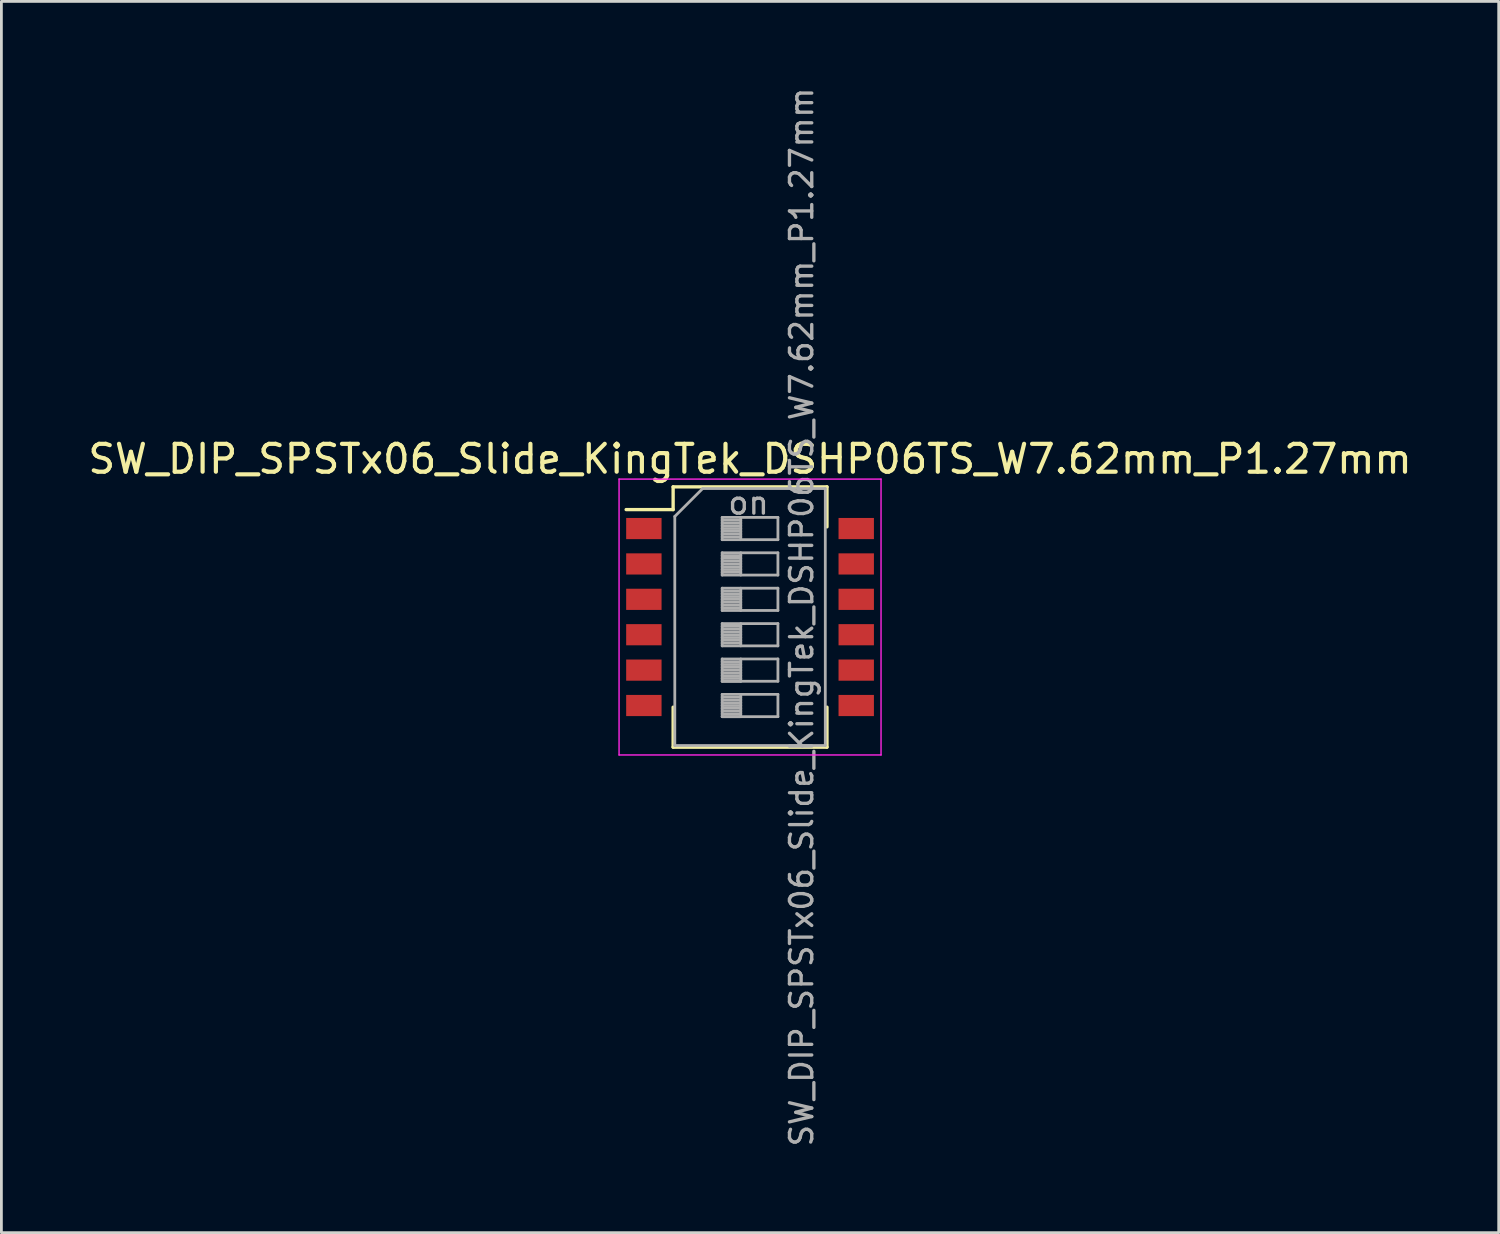
<source format=kicad_pcb>
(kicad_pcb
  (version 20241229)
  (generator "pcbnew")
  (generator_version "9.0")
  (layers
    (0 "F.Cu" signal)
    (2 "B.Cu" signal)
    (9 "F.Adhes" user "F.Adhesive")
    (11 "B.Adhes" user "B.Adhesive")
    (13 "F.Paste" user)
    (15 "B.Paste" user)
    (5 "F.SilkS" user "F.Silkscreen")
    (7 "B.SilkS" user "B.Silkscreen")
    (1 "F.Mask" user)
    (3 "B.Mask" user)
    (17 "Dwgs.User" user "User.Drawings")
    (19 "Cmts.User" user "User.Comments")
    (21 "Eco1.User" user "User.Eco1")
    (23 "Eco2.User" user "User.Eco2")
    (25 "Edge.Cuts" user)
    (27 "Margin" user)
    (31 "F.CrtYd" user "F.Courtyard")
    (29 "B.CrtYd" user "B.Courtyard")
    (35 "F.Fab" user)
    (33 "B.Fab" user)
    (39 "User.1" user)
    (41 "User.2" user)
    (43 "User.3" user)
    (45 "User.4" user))
  (footprint "SW_DIP_SPSTx06_Slide_KingTek_DSHP06TS_W7.62mm_P1.27mm"
    (layer "F.Cu")
    (at 23.863 19.09)
    (property "Reference" "SW_DIP_SPSTx06_Slide_KingTek_DSHP06TS_W7.62mm_P1.27mm" (at 0 -5.67 0) (layer "F.SilkS") (effects (font (size 1 1) (thickness 0.15))))
    (attr smd)
    (fp_line (start -4.446 -3.855) (end -2.76 -3.855) (stroke (width 0.12) (type solid)) (layer "F.SilkS"))
    (fp_line (start -2.76 -4.671) (end -2.76 -3.855) (stroke (width 0.12) (type solid)) (layer "F.SilkS"))
    (fp_line (start -2.76 -4.671) (end 2.76 -4.671) (stroke (width 0.12) (type solid)) (layer "F.SilkS"))
    (fp_line (start -2.76 3.235) (end -2.76 4.67) (stroke (width 0.12) (type solid)) (layer "F.SilkS"))
    (fp_line (start -2.76 4.67) (end 2.76 4.67) (stroke (width 0.12) (type solid)) (layer "F.SilkS"))
    (fp_line (start 2.76 -4.671) (end 2.76 -3.236) (stroke (width 0.12) (type solid)) (layer "F.SilkS"))
    (fp_line (start 2.76 3.235) (end 2.76 4.67) (stroke (width 0.12) (type solid)) (layer "F.SilkS"))
    (fp_line (start -4.7 -4.95) (end -4.7 4.95) (stroke (width 0.05) (type solid)) (layer "F.CrtYd"))
    (fp_line (start -4.7 4.95) (end 4.7 4.95) (stroke (width 0.05) (type solid)) (layer "F.CrtYd"))
    (fp_line (start 4.7 -4.95) (end -4.7 -4.95) (stroke (width 0.05) (type solid)) (layer "F.CrtYd"))
    (fp_line (start 4.7 4.95) (end 4.7 -4.95) (stroke (width 0.05) (type solid)) (layer "F.CrtYd"))
    (fp_line (start -2.7 -3.61) (end -1.7 -4.61) (stroke (width 0.1) (type solid)) (layer "F.Fab"))
    (fp_line (start -2.7 4.61) (end -2.7 -3.61) (stroke (width 0.1) (type solid)) (layer "F.Fab"))
    (fp_line (start -1.7 -4.61) (end 2.7 -4.61) (stroke (width 0.1) (type solid)) (layer "F.Fab"))
    (fp_line (start -1 -3.575) (end -1 -2.775) (stroke (width 0.1) (type solid)) (layer "F.Fab"))
    (fp_line (start -1 -3.475) (end -0.333 -3.475) (stroke (width 0.1) (type solid)) (layer "F.Fab"))
    (fp_line (start -1 -3.375) (end -0.333 -3.375) (stroke (width 0.1) (type solid)) (layer "F.Fab"))
    (fp_line (start -1 -3.275) (end -0.333 -3.275) (stroke (width 0.1) (type solid)) (layer "F.Fab"))
    (fp_line (start -1 -3.175) (end -0.333 -3.175) (stroke (width 0.1) (type solid)) (layer "F.Fab"))
    (fp_line (start -1 -3.075) (end -0.333 -3.075) (stroke (width 0.1) (type solid)) (layer "F.Fab"))
    (fp_line (start -1 -2.975) (end -0.333 -2.975) (stroke (width 0.1) (type solid)) (layer "F.Fab"))
    (fp_line (start -1 -2.875) (end -0.333 -2.875) (stroke (width 0.1) (type solid)) (layer "F.Fab"))
    (fp_line (start -1 -2.775) (end 1 -2.775) (stroke (width 0.1) (type solid)) (layer "F.Fab"))
    (fp_line (start -1 -2.305) (end -1 -1.505) (stroke (width 0.1) (type solid)) (layer "F.Fab"))
    (fp_line (start -1 -2.205) (end -0.333 -2.205) (stroke (width 0.1) (type solid)) (layer "F.Fab"))
    (fp_line (start -1 -2.105) (end -0.333 -2.105) (stroke (width 0.1) (type solid)) (layer "F.Fab"))
    (fp_line (start -1 -2.005) (end -0.333 -2.005) (stroke (width 0.1) (type solid)) (layer "F.Fab"))
    (fp_line (start -1 -1.905) (end -0.333 -1.905) (stroke (width 0.1) (type solid)) (layer "F.Fab"))
    (fp_line (start -1 -1.805) (end -0.333 -1.805) (stroke (width 0.1) (type solid)) (layer "F.Fab"))
    (fp_line (start -1 -1.705) (end -0.333 -1.705) (stroke (width 0.1) (type solid)) (layer "F.Fab"))
    (fp_line (start -1 -1.605) (end -0.333 -1.605) (stroke (width 0.1) (type solid)) (layer "F.Fab"))
    (fp_line (start -1 -1.505) (end 1 -1.505) (stroke (width 0.1) (type solid)) (layer "F.Fab"))
    (fp_line (start -1 -1.035) (end -1 -0.235) (stroke (width 0.1) (type solid)) (layer "F.Fab"))
    (fp_line (start -1 -0.935) (end -0.333 -0.935) (stroke (width 0.1) (type solid)) (layer "F.Fab"))
    (fp_line (start -1 -0.835) (end -0.333 -0.835) (stroke (width 0.1) (type solid)) (layer "F.Fab"))
    (fp_line (start -1 -0.735) (end -0.333 -0.735) (stroke (width 0.1) (type solid)) (layer "F.Fab"))
    (fp_line (start -1 -0.635) (end -0.333 -0.635) (stroke (width 0.1) (type solid)) (layer "F.Fab"))
    (fp_line (start -1 -0.535) (end -0.333 -0.535) (stroke (width 0.1) (type solid)) (layer "F.Fab"))
    (fp_line (start -1 -0.435) (end -0.333 -0.435) (stroke (width 0.1) (type solid)) (layer "F.Fab"))
    (fp_line (start -1 -0.335) (end -0.333 -0.335) (stroke (width 0.1) (type solid)) (layer "F.Fab"))
    (fp_line (start -1 -0.235) (end 1 -0.235) (stroke (width 0.1) (type solid)) (layer "F.Fab"))
    (fp_line (start -1 0.235) (end -1 1.035) (stroke (width 0.1) (type solid)) (layer "F.Fab"))
    (fp_line (start -1 0.335) (end -0.333 0.335) (stroke (width 0.1) (type solid)) (layer "F.Fab"))
    (fp_line (start -1 0.435) (end -0.333 0.435) (stroke (width 0.1) (type solid)) (layer "F.Fab"))
    (fp_line (start -1 0.535) (end -0.333 0.535) (stroke (width 0.1) (type solid)) (layer "F.Fab"))
    (fp_line (start -1 0.635) (end -0.333 0.635) (stroke (width 0.1) (type solid)) (layer "F.Fab"))
    (fp_line (start -1 0.735) (end -0.333 0.735) (stroke (width 0.1) (type solid)) (layer "F.Fab"))
    (fp_line (start -1 0.835) (end -0.333 0.835) (stroke (width 0.1) (type solid)) (layer "F.Fab"))
    (fp_line (start -1 0.935) (end -0.333 0.935) (stroke (width 0.1) (type solid)) (layer "F.Fab"))
    (fp_line (start -1 1.035) (end 1 1.035) (stroke (width 0.1) (type solid)) (layer "F.Fab"))
    (fp_line (start -1 1.505) (end -1 2.305) (stroke (width 0.1) (type solid)) (layer "F.Fab"))
    (fp_line (start -1 1.605) (end -0.333 1.605) (stroke (width 0.1) (type solid)) (layer "F.Fab"))
    (fp_line (start -1 1.705) (end -0.333 1.705) (stroke (width 0.1) (type solid)) (layer "F.Fab"))
    (fp_line (start -1 1.805) (end -0.333 1.805) (stroke (width 0.1) (type solid)) (layer "F.Fab"))
    (fp_line (start -1 1.905) (end -0.333 1.905) (stroke (width 0.1) (type solid)) (layer "F.Fab"))
    (fp_line (start -1 2.005) (end -0.333 2.005) (stroke (width 0.1) (type solid)) (layer "F.Fab"))
    (fp_line (start -1 2.105) (end -0.333 2.105) (stroke (width 0.1) (type solid)) (layer "F.Fab"))
    (fp_line (start -1 2.205) (end -0.333 2.205) (stroke (width 0.1) (type solid)) (layer "F.Fab"))
    (fp_line (start -1 2.305) (end -0.333 2.305) (stroke (width 0.1) (type solid)) (layer "F.Fab"))
    (fp_line (start -1 2.305) (end 1 2.305) (stroke (width 0.1) (type solid)) (layer "F.Fab"))
    (fp_line (start -1 2.775) (end -1 3.575) (stroke (width 0.1) (type solid)) (layer "F.Fab"))
    (fp_line (start -1 2.875) (end -0.333 2.875) (stroke (width 0.1) (type solid)) (layer "F.Fab"))
    (fp_line (start -1 2.975) (end -0.333 2.975) (stroke (width 0.1) (type solid)) (layer "F.Fab"))
    (fp_line (start -1 3.075) (end -0.333 3.075) (stroke (width 0.1) (type solid)) (layer "F.Fab"))
    (fp_line (start -1 3.175) (end -0.333 3.175) (stroke (width 0.1) (type solid)) (layer "F.Fab"))
    (fp_line (start -1 3.275) (end -0.333 3.275) (stroke (width 0.1) (type solid)) (layer "F.Fab"))
    (fp_line (start -1 3.375) (end -0.333 3.375) (stroke (width 0.1) (type solid)) (layer "F.Fab"))
    (fp_line (start -1 3.475) (end -0.333 3.475) (stroke (width 0.1) (type solid)) (layer "F.Fab"))
    (fp_line (start -1 3.575) (end -0.333 3.575) (stroke (width 0.1) (type solid)) (layer "F.Fab"))
    (fp_line (start -1 3.575) (end 1 3.575) (stroke (width 0.1) (type solid)) (layer "F.Fab"))
    (fp_line (start -0.333 -3.575) (end -0.333 -2.775) (stroke (width 0.1) (type solid)) (layer "F.Fab"))
    (fp_line (start -0.333 -2.305) (end -0.333 -1.505) (stroke (width 0.1) (type solid)) (layer "F.Fab"))
    (fp_line (start -0.333 -1.035) (end -0.333 -0.235) (stroke (width 0.1) (type solid)) (layer "F.Fab"))
    (fp_line (start -0.333 0.235) (end -0.333 1.035) (stroke (width 0.1) (type solid)) (layer "F.Fab"))
    (fp_line (start -0.333 1.505) (end -0.333 2.305) (stroke (width 0.1) (type solid)) (layer "F.Fab"))
    (fp_line (start -0.333 2.775) (end -0.333 3.575) (stroke (width 0.1) (type solid)) (layer "F.Fab"))
    (fp_line (start 1 -3.575) (end -1 -3.575) (stroke (width 0.1) (type solid)) (layer "F.Fab"))
    (fp_line (start 1 -2.775) (end 1 -3.575) (stroke (width 0.1) (type solid)) (layer "F.Fab"))
    (fp_line (start 1 -2.305) (end -1 -2.305) (stroke (width 0.1) (type solid)) (layer "F.Fab"))
    (fp_line (start 1 -1.505) (end 1 -2.305) (stroke (width 0.1) (type solid)) (layer "F.Fab"))
    (fp_line (start 1 -1.035) (end -1 -1.035) (stroke (width 0.1) (type solid)) (layer "F.Fab"))
    (fp_line (start 1 -0.235) (end 1 -1.035) (stroke (width 0.1) (type solid)) (layer "F.Fab"))
    (fp_line (start 1 0.235) (end -1 0.235) (stroke (width 0.1) (type solid)) (layer "F.Fab"))
    (fp_line (start 1 1.035) (end 1 0.235) (stroke (width 0.1) (type solid)) (layer "F.Fab"))
    (fp_line (start 1 1.505) (end -1 1.505) (stroke (width 0.1) (type solid)) (layer "F.Fab"))
    (fp_line (start 1 2.305) (end 1 1.505) (stroke (width 0.1) (type solid)) (layer "F.Fab"))
    (fp_line (start 1 2.775) (end -1 2.775) (stroke (width 0.1) (type solid)) (layer "F.Fab"))
    (fp_line (start 1 3.575) (end 1 2.775) (stroke (width 0.1) (type solid)) (layer "F.Fab"))
    (fp_line (start 2.7 -4.61) (end 2.7 4.61) (stroke (width 0.1) (type solid)) (layer "F.Fab"))
    (fp_line (start 2.7 4.61) (end -2.7 4.61) (stroke (width 0.1) (type solid)) (layer "F.Fab"))
    (fp_text user "${REFERENCE}" (at 1.85 0 90) (layer "F.Fab") (effects (font (size 0.8 0.8) (thickness 0.12))))
    (fp_text user "on" (at -0.055 -4.093 0) (layer "F.Fab") (effects (font (size 0.8 0.8) (thickness 0.12))))
    (pad "1" smd rect (at -3.81 -3.175) (size 1.27 0.76) (layers "F.Cu" "F.Mask" "F.Paste"))
    (pad "2" smd rect (at -3.81 -1.905) (size 1.27 0.76) (layers "F.Cu" "F.Mask" "F.Paste"))
    (pad "3" smd rect (at -3.81 -0.635) (size 1.27 0.76) (layers "F.Cu" "F.Mask" "F.Paste"))
    (pad "4" smd rect (at -3.81 0.635) (size 1.27 0.76) (layers "F.Cu" "F.Mask" "F.Paste"))
    (pad "5" smd rect (at -3.81 1.905) (size 1.27 0.76) (layers "F.Cu" "F.Mask" "F.Paste"))
    (pad "6" smd rect (at -3.81 3.175) (size 1.27 0.76) (layers "F.Cu" "F.Mask" "F.Paste"))
    (pad "7" smd rect (at 3.81 3.175) (size 1.27 0.76) (layers "F.Cu" "F.Mask" "F.Paste"))
    (pad "8" smd rect (at 3.81 1.905) (size 1.27 0.76) (layers "F.Cu" "F.Mask" "F.Paste"))
    (pad "9" smd rect (at 3.81 0.635) (size 1.27 0.76) (layers "F.Cu" "F.Mask" "F.Paste"))
    (pad "10" smd rect (at 3.81 -0.635) (size 1.27 0.76) (layers "F.Cu" "F.Mask" "F.Paste"))
    (pad "11" smd rect (at 3.81 -1.905) (size 1.27 0.76) (layers "F.Cu" "F.Mask" "F.Paste"))
    (pad "12" smd rect (at 3.81 -3.175) (size 1.27 0.76) (layers "F.Cu" "F.Mask" "F.Paste")))
  (gr_rect
    (start -3 -3)
    (end 50.726 41.181)
    (stroke (width 0.1) (type default))
    (fill no)
    (layer "Edge.Cuts")))
</source>
